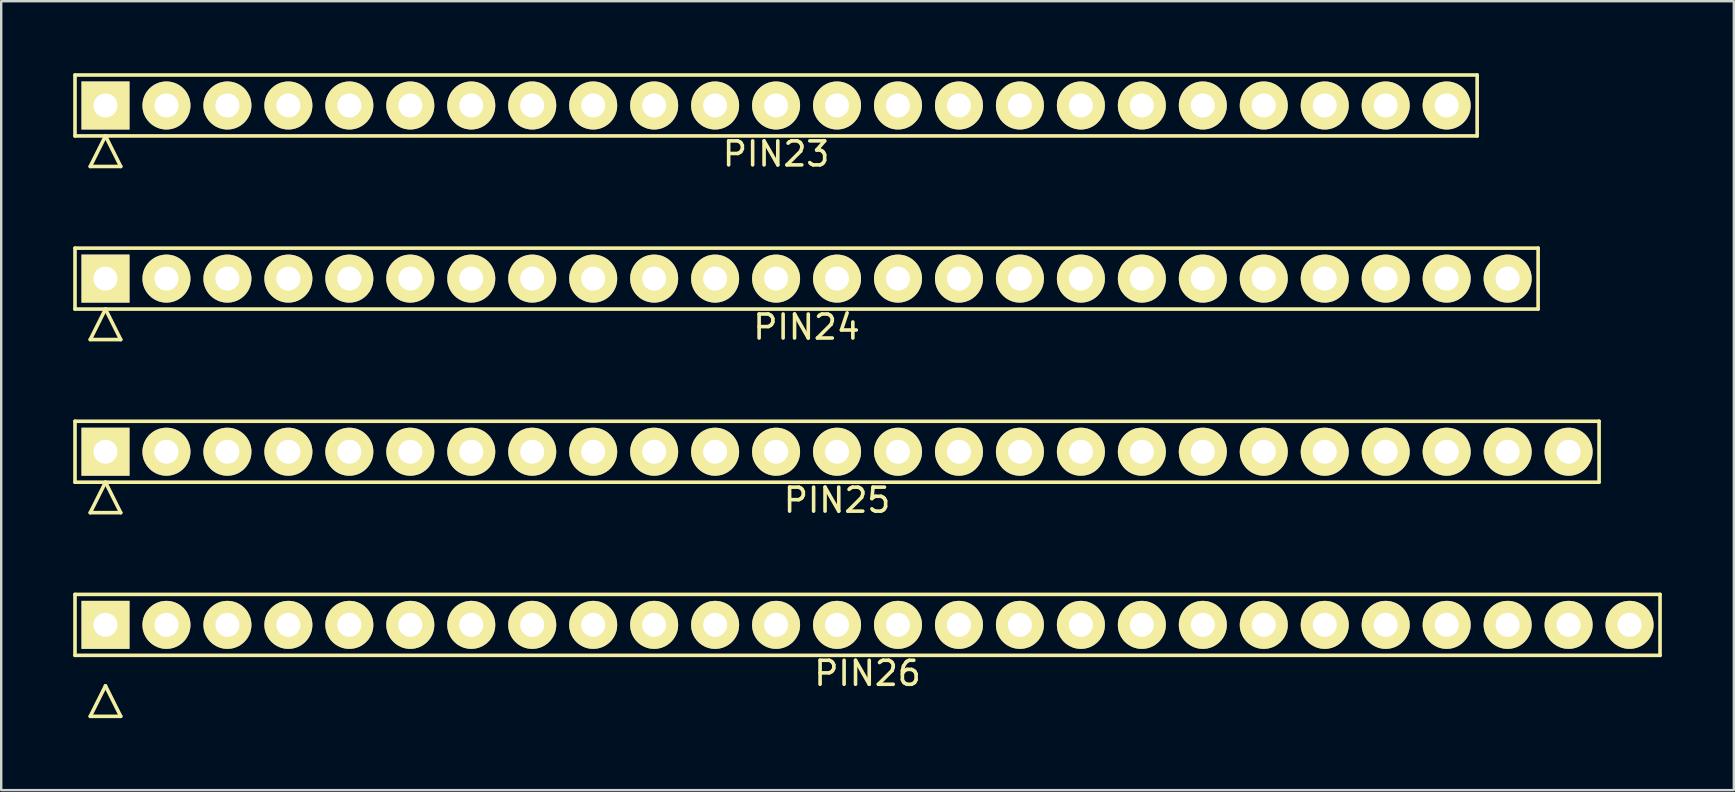
<source format=kicad_pcb>
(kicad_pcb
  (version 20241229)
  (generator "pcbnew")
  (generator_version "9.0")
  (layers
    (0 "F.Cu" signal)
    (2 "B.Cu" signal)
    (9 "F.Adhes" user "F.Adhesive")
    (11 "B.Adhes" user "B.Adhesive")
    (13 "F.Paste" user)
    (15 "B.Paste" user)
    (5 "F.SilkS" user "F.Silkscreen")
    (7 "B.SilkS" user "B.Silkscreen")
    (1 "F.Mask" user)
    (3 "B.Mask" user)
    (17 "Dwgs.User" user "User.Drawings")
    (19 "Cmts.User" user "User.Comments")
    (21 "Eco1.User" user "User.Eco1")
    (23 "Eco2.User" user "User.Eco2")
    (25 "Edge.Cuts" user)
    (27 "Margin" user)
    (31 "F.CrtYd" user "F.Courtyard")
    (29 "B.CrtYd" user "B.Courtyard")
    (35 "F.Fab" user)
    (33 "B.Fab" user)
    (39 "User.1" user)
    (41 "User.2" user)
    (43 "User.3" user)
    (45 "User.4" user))
  (footprint "PIN26"
    (layer "F.Cu")
    (at 33.095 22.985)
    (property "Reference" "PIN26" (at 0 2.02 0) (layer "F.SilkS") (effects (font (size 1 1) (thickness 0.15))))
    (attr through_hole)
    (fp_line (start -33.02 -1.27) (end -33.02 1.27) (stroke (width 0.15) (type solid)) (layer "F.SilkS"))
    (fp_line (start -33.02 1.27) (end 33.02 1.27) (stroke (width 0.15) (type solid)) (layer "F.SilkS"))
    (fp_line (start -32.385 3.81) (end -31.75 2.54) (stroke (width 0.15) (type solid)) (layer "F.SilkS"))
    (fp_line (start -32.385 3.81) (end -31.115 3.81) (stroke (width 0.15) (type solid)) (layer "F.SilkS"))
    (fp_line (start -31.115 3.81) (end -31.75 2.54) (stroke (width 0.15) (type solid)) (layer "F.SilkS"))
    (fp_line (start 33.02 -1.27) (end -33.02 -1.27) (stroke (width 0.15) (type solid)) (layer "F.SilkS"))
    (fp_line (start 33.02 1.27) (end 33.02 -1.27) (stroke (width 0.15) (type solid)) (layer "F.SilkS"))
    (pad "1" thru_hole rect (at -31.75 0) (size 2 2) (drill 1) (layers "*.Cu" "*.Mask" "F.SilkS"))
    (pad "2" thru_hole circle (at -29.21 0) (size 2 2) (drill 1) (layers "*.Cu" "*.Mask" "F.SilkS"))
    (pad "3" thru_hole circle (at -26.67 0) (size 2 2) (drill 1) (layers "*.Cu" "*.Mask" "F.SilkS"))
    (pad "4" thru_hole circle (at -24.13 0) (size 2 2) (drill 1) (layers "*.Cu" "*.Mask" "F.SilkS"))
    (pad "5" thru_hole circle (at -21.59 0) (size 2 2) (drill 1) (layers "*.Cu" "*.Mask" "F.SilkS"))
    (pad "6" thru_hole circle (at -19.05 0) (size 2 2) (drill 1) (layers "*.Cu" "*.Mask" "F.SilkS"))
    (pad "7" thru_hole circle (at -16.51 0) (size 2 2) (drill 1) (layers "*.Cu" "*.Mask" "F.SilkS"))
    (pad "8" thru_hole circle (at -13.97 0) (size 2 2) (drill 1) (layers "*.Cu" "*.Mask" "F.SilkS"))
    (pad "9" thru_hole circle (at -11.43 0) (size 2 2) (drill 1) (layers "*.Cu" "*.Mask" "F.SilkS"))
    (pad "10" thru_hole circle (at -8.89 0) (size 2 2) (drill 1) (layers "*.Cu" "*.Mask" "F.SilkS"))
    (pad "11" thru_hole circle (at -6.35 0) (size 2 2) (drill 1) (layers "*.Cu" "*.Mask" "F.SilkS"))
    (pad "12" thru_hole circle (at -3.81 0) (size 2 2) (drill 1) (layers "*.Cu" "*.Mask" "F.SilkS"))
    (pad "13" thru_hole circle (at -1.27 0) (size 2 2) (drill 1) (layers "*.Cu" "*.Mask" "F.SilkS"))
    (pad "14" thru_hole circle (at 1.27 0) (size 2 2) (drill 1) (layers "*.Cu" "*.Mask" "F.SilkS"))
    (pad "15" thru_hole circle (at 3.81 0) (size 2 2) (drill 1) (layers "*.Cu" "*.Mask" "F.SilkS"))
    (pad "16" thru_hole circle (at 6.35 0) (size 2 2) (drill 1) (layers "*.Cu" "*.Mask" "F.SilkS"))
    (pad "17" thru_hole circle (at 8.89 0) (size 2 2) (drill 1) (layers "*.Cu" "*.Mask" "F.SilkS"))
    (pad "18" thru_hole circle (at 11.43 0) (size 2 2) (drill 1) (layers "*.Cu" "*.Mask" "F.SilkS"))
    (pad "19" thru_hole circle (at 13.97 0) (size 2 2) (drill 1) (layers "*.Cu" "*.Mask" "F.SilkS"))
    (pad "20" thru_hole circle (at 16.51 0) (size 2 2) (drill 1) (layers "*.Cu" "*.Mask" "F.SilkS"))
    (pad "21" thru_hole circle (at 19.05 0) (size 2 2) (drill 1) (layers "*.Cu" "*.Mask" "F.SilkS"))
    (pad "22" thru_hole circle (at 21.59 0) (size 2 2) (drill 1) (layers "*.Cu" "*.Mask" "F.SilkS"))
    (pad "23" thru_hole circle (at 24.13 0) (size 2 2) (drill 1) (layers "*.Cu" "*.Mask" "F.SilkS"))
    (pad "24" thru_hole circle (at 26.67 0) (size 2 2) (drill 1) (layers "*.Cu" "*.Mask" "F.SilkS"))
    (pad "25" thru_hole circle (at 29.21 0) (size 2 2) (drill 1) (layers "*.Cu" "*.Mask" "F.SilkS"))
    (pad "26" thru_hole circle (at 31.75 0) (size 2 2) (drill 1) (layers "*.Cu" "*.Mask" "F.SilkS")))
  (footprint "PIN24"
    (layer "F.Cu")
    (at 30.555 8.558)
    (property "Reference" "PIN24" (at 0 2.02 0) (layer "F.SilkS") (effects (font (size 1 1) (thickness 0.15))))
    (attr through_hole)
    (fp_line (start -30.48 -1.27) (end -30.48 1.27) (stroke (width 0.15) (type solid)) (layer "F.SilkS"))
    (fp_line (start -30.48 1.27) (end 30.48 1.27) (stroke (width 0.15) (type solid)) (layer "F.SilkS"))
    (fp_line (start -29.845 2.54) (end -29.21 1.27) (stroke (width 0.15) (type solid)) (layer "F.SilkS"))
    (fp_line (start -29.845 2.54) (end -28.575 2.54) (stroke (width 0.15) (type solid)) (layer "F.SilkS"))
    (fp_line (start -28.575 2.54) (end -29.21 1.27) (stroke (width 0.15) (type solid)) (layer "F.SilkS"))
    (fp_line (start 30.48 -1.27) (end -30.48 -1.27) (stroke (width 0.15) (type solid)) (layer "F.SilkS"))
    (fp_line (start 30.48 1.27) (end 30.48 -1.27) (stroke (width 0.15) (type solid)) (layer "F.SilkS"))
    (pad "1" thru_hole rect (at -29.21 0) (size 2 2) (drill 1) (layers "*.Cu" "*.Mask" "F.SilkS"))
    (pad "2" thru_hole circle (at -26.67 0) (size 2 2) (drill 1) (layers "*.Cu" "*.Mask" "F.SilkS"))
    (pad "3" thru_hole circle (at -24.13 0) (size 2 2) (drill 1) (layers "*.Cu" "*.Mask" "F.SilkS"))
    (pad "4" thru_hole circle (at -21.59 0) (size 2 2) (drill 1) (layers "*.Cu" "*.Mask" "F.SilkS"))
    (pad "5" thru_hole circle (at -19.05 0) (size 2 2) (drill 1) (layers "*.Cu" "*.Mask" "F.SilkS"))
    (pad "6" thru_hole circle (at -16.51 0) (size 2 2) (drill 1) (layers "*.Cu" "*.Mask" "F.SilkS"))
    (pad "7" thru_hole circle (at -13.97 0) (size 2 2) (drill 1) (layers "*.Cu" "*.Mask" "F.SilkS"))
    (pad "8" thru_hole circle (at -11.43 0) (size 2 2) (drill 1) (layers "*.Cu" "*.Mask" "F.SilkS"))
    (pad "9" thru_hole circle (at -8.89 0) (size 2 2) (drill 1) (layers "*.Cu" "*.Mask" "F.SilkS"))
    (pad "10" thru_hole circle (at -6.35 0) (size 2 2) (drill 1) (layers "*.Cu" "*.Mask" "F.SilkS"))
    (pad "11" thru_hole circle (at -3.81 0) (size 2 2) (drill 1) (layers "*.Cu" "*.Mask" "F.SilkS"))
    (pad "12" thru_hole circle (at -1.27 0) (size 2 2) (drill 1) (layers "*.Cu" "*.Mask" "F.SilkS"))
    (pad "13" thru_hole circle (at 1.27 0) (size 2 2) (drill 1) (layers "*.Cu" "*.Mask" "F.SilkS"))
    (pad "14" thru_hole circle (at 3.81 0) (size 2 2) (drill 1) (layers "*.Cu" "*.Mask" "F.SilkS"))
    (pad "15" thru_hole circle (at 6.35 0) (size 2 2) (drill 1) (layers "*.Cu" "*.Mask" "F.SilkS"))
    (pad "16" thru_hole circle (at 8.89 0) (size 2 2) (drill 1) (layers "*.Cu" "*.Mask" "F.SilkS"))
    (pad "17" thru_hole circle (at 11.43 0) (size 2 2) (drill 1) (layers "*.Cu" "*.Mask" "F.SilkS"))
    (pad "18" thru_hole circle (at 13.97 0) (size 2 2) (drill 1) (layers "*.Cu" "*.Mask" "F.SilkS"))
    (pad "19" thru_hole circle (at 16.51 0) (size 2 2) (drill 1) (layers "*.Cu" "*.Mask" "F.SilkS"))
    (pad "20" thru_hole circle (at 19.05 0) (size 2 2) (drill 1) (layers "*.Cu" "*.Mask" "F.SilkS"))
    (pad "21" thru_hole circle (at 21.59 0) (size 2 2) (drill 1) (layers "*.Cu" "*.Mask" "F.SilkS"))
    (pad "22" thru_hole circle (at 24.13 0) (size 2 2) (drill 1) (layers "*.Cu" "*.Mask" "F.SilkS"))
    (pad "23" thru_hole circle (at 26.67 0) (size 2 2) (drill 1) (layers "*.Cu" "*.Mask" "F.SilkS"))
    (pad "24" thru_hole circle (at 29.21 0) (size 2 2) (drill 1) (layers "*.Cu" "*.Mask" "F.SilkS")))
  (footprint "PIN25"
    (layer "F.Cu")
    (at 31.825 15.771)
    (property "Reference" "PIN25" (at 0 2.02 0) (layer "F.SilkS") (effects (font (size 1 1) (thickness 0.15))))
    (attr through_hole)
    (fp_line (start -31.75 -1.27) (end -31.75 1.27) (stroke (width 0.15) (type solid)) (layer "F.SilkS"))
    (fp_line (start -31.75 1.27) (end 31.75 1.27) (stroke (width 0.15) (type solid)) (layer "F.SilkS"))
    (fp_line (start -31.115 2.54) (end -30.48 1.27) (stroke (width 0.15) (type solid)) (layer "F.SilkS"))
    (fp_line (start -31.115 2.54) (end -29.845 2.54) (stroke (width 0.15) (type solid)) (layer "F.SilkS"))
    (fp_line (start -29.845 2.54) (end -30.48 1.27) (stroke (width 0.15) (type solid)) (layer "F.SilkS"))
    (fp_line (start 31.75 -1.27) (end -31.75 -1.27) (stroke (width 0.15) (type solid)) (layer "F.SilkS"))
    (fp_line (start 31.75 1.27) (end 31.75 -1.27) (stroke (width 0.15) (type solid)) (layer "F.SilkS"))
    (pad "1" thru_hole rect (at -30.48 0) (size 2 2) (drill 1) (layers "*.Cu" "*.Mask" "F.SilkS"))
    (pad "2" thru_hole circle (at -27.94 0) (size 2 2) (drill 1) (layers "*.Cu" "*.Mask" "F.SilkS"))
    (pad "3" thru_hole circle (at -25.4 0) (size 2 2) (drill 1) (layers "*.Cu" "*.Mask" "F.SilkS"))
    (pad "4" thru_hole circle (at -22.86 0) (size 2 2) (drill 1) (layers "*.Cu" "*.Mask" "F.SilkS"))
    (pad "5" thru_hole circle (at -20.32 0) (size 2 2) (drill 1) (layers "*.Cu" "*.Mask" "F.SilkS"))
    (pad "6" thru_hole circle (at -17.78 0) (size 2 2) (drill 1) (layers "*.Cu" "*.Mask" "F.SilkS"))
    (pad "7" thru_hole circle (at -15.24 0) (size 2 2) (drill 1) (layers "*.Cu" "*.Mask" "F.SilkS"))
    (pad "8" thru_hole circle (at -12.7 0) (size 2 2) (drill 1) (layers "*.Cu" "*.Mask" "F.SilkS"))
    (pad "9" thru_hole circle (at -10.16 0) (size 2 2) (drill 1) (layers "*.Cu" "*.Mask" "F.SilkS"))
    (pad "10" thru_hole circle (at -7.62 0) (size 2 2) (drill 1) (layers "*.Cu" "*.Mask" "F.SilkS"))
    (pad "11" thru_hole circle (at -5.08 0) (size 2 2) (drill 1) (layers "*.Cu" "*.Mask" "F.SilkS"))
    (pad "12" thru_hole circle (at -2.54 0) (size 2 2) (drill 1) (layers "*.Cu" "*.Mask" "F.SilkS"))
    (pad "13" thru_hole circle (at 0 0) (size 2 2) (drill 1) (layers "*.Cu" "*.Mask" "F.SilkS"))
    (pad "14" thru_hole circle (at 2.54 0) (size 2 2) (drill 1) (layers "*.Cu" "*.Mask" "F.SilkS"))
    (pad "15" thru_hole circle (at 5.08 0) (size 2 2) (drill 1) (layers "*.Cu" "*.Mask" "F.SilkS"))
    (pad "16" thru_hole circle (at 7.62 0) (size 2 2) (drill 1) (layers "*.Cu" "*.Mask" "F.SilkS"))
    (pad "17" thru_hole circle (at 10.16 0) (size 2 2) (drill 1) (layers "*.Cu" "*.Mask" "F.SilkS"))
    (pad "18" thru_hole circle (at 12.7 0) (size 2 2) (drill 1) (layers "*.Cu" "*.Mask" "F.SilkS"))
    (pad "19" thru_hole circle (at 15.24 0) (size 2 2) (drill 1) (layers "*.Cu" "*.Mask" "F.SilkS"))
    (pad "20" thru_hole circle (at 17.78 0) (size 2 2) (drill 1) (layers "*.Cu" "*.Mask" "F.SilkS"))
    (pad "21" thru_hole circle (at 20.32 0) (size 2 2) (drill 1) (layers "*.Cu" "*.Mask" "F.SilkS"))
    (pad "22" thru_hole circle (at 22.86 0) (size 2 2) (drill 1) (layers "*.Cu" "*.Mask" "F.SilkS"))
    (pad "23" thru_hole circle (at 25.4 0) (size 2 2) (drill 1) (layers "*.Cu" "*.Mask" "F.SilkS"))
    (pad "24" thru_hole circle (at 27.94 0) (size 2 2) (drill 1) (layers "*.Cu" "*.Mask" "F.SilkS"))
    (pad "25" thru_hole circle (at 30.48 0) (size 2 2) (drill 1) (layers "*.Cu" "*.Mask" "F.SilkS")))
  (footprint "PIN23"
    (layer "F.Cu")
    (at 29.285 1.345)
    (property "Reference" "PIN23" (at 0 2.02 0) (layer "F.SilkS") (effects (font (size 1 1) (thickness 0.15))))
    (attr through_hole)
    (fp_line (start -29.21 -1.27) (end -29.21 1.27) (stroke (width 0.15) (type solid)) (layer "F.SilkS"))
    (fp_line (start -29.21 1.27) (end 29.21 1.27) (stroke (width 0.15) (type solid)) (layer "F.SilkS"))
    (fp_line (start -28.575 2.54) (end -27.94 1.27) (stroke (width 0.15) (type solid)) (layer "F.SilkS"))
    (fp_line (start -28.575 2.54) (end -27.305 2.54) (stroke (width 0.15) (type solid)) (layer "F.SilkS"))
    (fp_line (start -27.305 2.54) (end -27.94 1.27) (stroke (width 0.15) (type solid)) (layer "F.SilkS"))
    (fp_line (start 29.21 -1.27) (end -29.21 -1.27) (stroke (width 0.15) (type solid)) (layer "F.SilkS"))
    (fp_line (start 29.21 1.27) (end 29.21 -1.27) (stroke (width 0.15) (type solid)) (layer "F.SilkS"))
    (pad "1" thru_hole rect (at -27.94 0) (size 2 2) (drill 1) (layers "*.Cu" "*.Mask" "F.SilkS"))
    (pad "2" thru_hole circle (at -25.4 0) (size 2 2) (drill 1) (layers "*.Cu" "*.Mask" "F.SilkS"))
    (pad "3" thru_hole circle (at -22.86 0) (size 2 2) (drill 1) (layers "*.Cu" "*.Mask" "F.SilkS"))
    (pad "4" thru_hole circle (at -20.32 0) (size 2 2) (drill 1) (layers "*.Cu" "*.Mask" "F.SilkS"))
    (pad "5" thru_hole circle (at -17.78 0) (size 2 2) (drill 1) (layers "*.Cu" "*.Mask" "F.SilkS"))
    (pad "6" thru_hole circle (at -15.24 0) (size 2 2) (drill 1) (layers "*.Cu" "*.Mask" "F.SilkS"))
    (pad "7" thru_hole circle (at -12.7 0) (size 2 2) (drill 1) (layers "*.Cu" "*.Mask" "F.SilkS"))
    (pad "8" thru_hole circle (at -10.16 0) (size 2 2) (drill 1) (layers "*.Cu" "*.Mask" "F.SilkS"))
    (pad "9" thru_hole circle (at -7.62 0) (size 2 2) (drill 1) (layers "*.Cu" "*.Mask" "F.SilkS"))
    (pad "10" thru_hole circle (at -5.08 0) (size 2 2) (drill 1) (layers "*.Cu" "*.Mask" "F.SilkS"))
    (pad "11" thru_hole circle (at -2.54 0) (size 2 2) (drill 1) (layers "*.Cu" "*.Mask" "F.SilkS"))
    (pad "12" thru_hole circle (at 0 0) (size 2 2) (drill 1) (layers "*.Cu" "*.Mask" "F.SilkS"))
    (pad "13" thru_hole circle (at 2.54 0) (size 2 2) (drill 1) (layers "*.Cu" "*.Mask" "F.SilkS"))
    (pad "14" thru_hole circle (at 5.08 0) (size 2 2) (drill 1) (layers "*.Cu" "*.Mask" "F.SilkS"))
    (pad "15" thru_hole circle (at 7.62 0) (size 2 2) (drill 1) (layers "*.Cu" "*.Mask" "F.SilkS"))
    (pad "16" thru_hole circle (at 10.16 0) (size 2 2) (drill 1) (layers "*.Cu" "*.Mask" "F.SilkS"))
    (pad "17" thru_hole circle (at 12.7 0) (size 2 2) (drill 1) (layers "*.Cu" "*.Mask" "F.SilkS"))
    (pad "18" thru_hole circle (at 15.24 0) (size 2 2) (drill 1) (layers "*.Cu" "*.Mask" "F.SilkS"))
    (pad "19" thru_hole circle (at 17.78 0) (size 2 2) (drill 1) (layers "*.Cu" "*.Mask" "F.SilkS"))
    (pad "20" thru_hole circle (at 20.32 0) (size 2 2) (drill 1) (layers "*.Cu" "*.Mask" "F.SilkS"))
    (pad "21" thru_hole circle (at 22.86 0) (size 2 2) (drill 1) (layers "*.Cu" "*.Mask" "F.SilkS"))
    (pad "22" thru_hole circle (at 25.4 0) (size 2 2) (drill 1) (layers "*.Cu" "*.Mask" "F.SilkS"))
    (pad "23" thru_hole circle (at 27.94 0) (size 2 2) (drill 1) (layers "*.Cu" "*.Mask" "F.SilkS")))
  (gr_rect
    (start -3 -3)
    (end 69.19 29.87)
    (stroke (width 0.1) (type default))
    (fill no)
    (layer "Edge.Cuts")))
</source>
